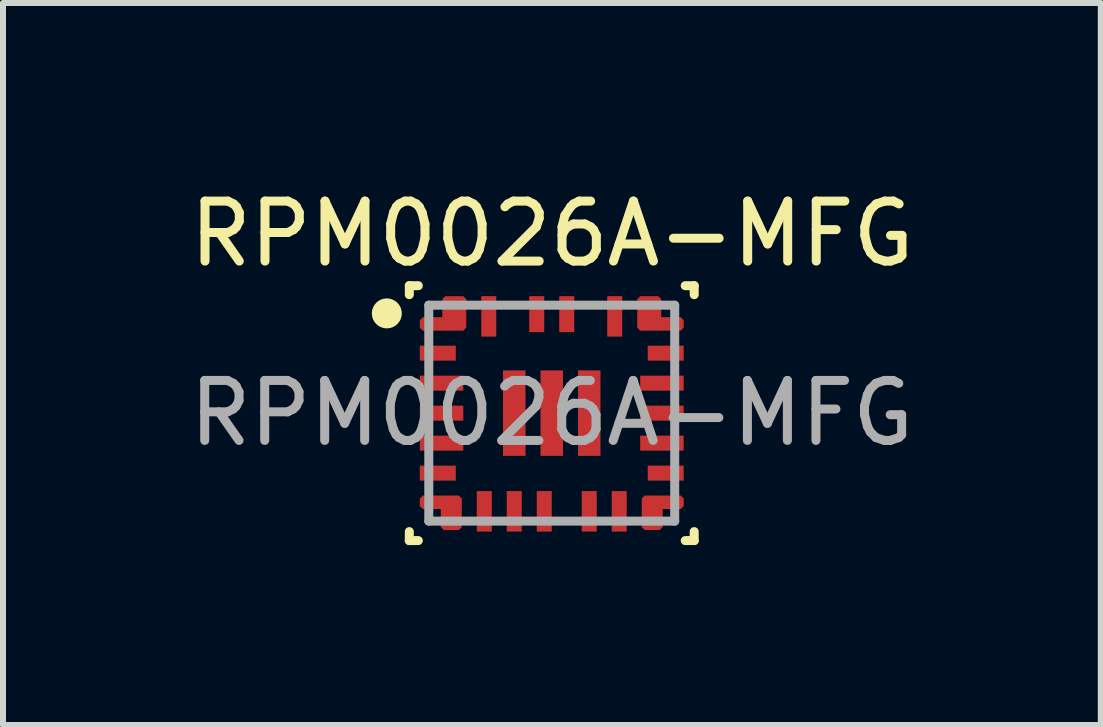
<source format=kicad_pcb>
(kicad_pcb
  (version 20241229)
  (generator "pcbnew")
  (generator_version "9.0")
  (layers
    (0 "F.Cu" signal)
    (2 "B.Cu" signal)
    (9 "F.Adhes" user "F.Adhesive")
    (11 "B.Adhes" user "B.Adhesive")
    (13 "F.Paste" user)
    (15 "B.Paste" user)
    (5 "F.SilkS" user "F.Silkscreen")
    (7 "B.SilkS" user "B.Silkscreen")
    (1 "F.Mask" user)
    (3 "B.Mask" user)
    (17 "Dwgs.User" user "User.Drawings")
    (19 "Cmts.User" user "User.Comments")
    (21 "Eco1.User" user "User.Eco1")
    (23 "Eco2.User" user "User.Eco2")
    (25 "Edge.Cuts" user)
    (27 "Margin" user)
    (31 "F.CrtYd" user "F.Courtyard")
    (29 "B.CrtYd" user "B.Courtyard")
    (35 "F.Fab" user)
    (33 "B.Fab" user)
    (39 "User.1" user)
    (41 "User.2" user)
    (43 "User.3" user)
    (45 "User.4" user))
  (footprint "RPM0026A-MFG"
    (layer "F.Cu")
    (at 6.149 3.838)
    (property "Reference" "RPM0026A-MFG" (at 0.005 -2.99 0) (unlocked yes) (layer "F.SilkS") (effects (font (size 1 1) (thickness 0.15))))
    (attr smd)
    (fp_poly (pts (xy 2.2 1.549) (xy 2.15 1.599) (xy 1.85 1.599) (xy 1.85 1.899) (xy 1.8 1.949) (xy 1.55 1.949) (xy 1.5 1.899) (xy 1.5 1.424) (xy 1.55 1.374) (xy 2.15 1.374) (xy 2.2 1.424)) (stroke (width 0) (type solid)) (fill yes) (layer "F.Mask"))
    (fp_poly (pts (xy 2.2 -1.425) (xy 2.2 -1.425) (xy 2.15 -1.375) (xy 1.475 -1.375) (xy 1.425 -1.425) (xy 1.425 -1.9) (xy 1.475 -1.95) (xy 1.775 -1.95) (xy 1.825 -1.9) (xy 1.825 -1.6) (xy 2.15 -1.6) (xy 2.2 -1.55)) (stroke (width 0) (type solid)) (fill yes) (layer "F.Mask"))
    (fp_line (start -2.375 -2.125) (end -2.225 -2.125) (stroke (width 0.15) (type solid)) (layer "F.SilkS"))
    (fp_line (start -2.375 -1.975) (end -2.375 -2.125) (stroke (width 0.15) (type solid)) (layer "F.SilkS"))
    (fp_line (start -2.375 2.125) (end -2.375 1.975) (stroke (width 0.15) (type solid)) (layer "F.SilkS"))
    (fp_line (start -2.375 2.125) (end -2.225 2.125) (stroke (width 0.15) (type solid)) (layer "F.SilkS"))
    (fp_line (start 2.225 -2.125) (end 2.375 -2.125) (stroke (width 0.15) (type solid)) (layer "F.SilkS"))
    (fp_line (start 2.225 2.125) (end 2.375 2.125) (stroke (width 0.15) (type solid)) (layer "F.SilkS"))
    (fp_line (start 2.375 -1.975) (end 2.375 -2.125) (stroke (width 0.15) (type solid)) (layer "F.SilkS"))
    (fp_line (start 2.375 2.125) (end 2.375 1.975) (stroke (width 0.15) (type solid)) (layer "F.SilkS"))
    (fp_circle (center -2.75 -1.663) (end -2.625 -1.663) (stroke (width 0.25) (type solid)) (fill no) (layer "F.SilkS"))
    (fp_line (start -2.05 -1.8) (end 2.05 -1.8) (stroke (width 0.15) (type solid)) (layer "F.Fab"))
    (fp_line (start -2.05 1.8) (end -2.05 -1.8) (stroke (width 0.15) (type solid)) (layer "F.Fab"))
    (fp_line (start -2.05 1.8) (end 2.05 1.8) (stroke (width 0.15) (type solid)) (layer "F.Fab"))
    (fp_line (start 2.05 1.8) (end 2.05 -1.8) (stroke (width 0.15) (type solid)) (layer "F.Fab"))
    (fp_text user "${REFERENCE}" (at 0 0 0) (unlocked yes) (layer "F.Fab") (effects (font (size 1 1) (thickness 0.15))))
    (pad "1" smd custom (at -1.615 -1.545) (size 0.25 0.25) (layers "F.Cu" "F.Mask" "F.Paste") (options (anchor rect)) (primitives (gr_poly (pts (xy -0.585 0.12) (xy -0.585 -0.005) (xy -0.535 -0.055) (xy -0.21 -0.055) (xy -0.21 -0.355) (xy -0.16 -0.405) (xy 0.14 -0.405) (xy 0.19 -0.355) (xy 0.19 0.12) (xy 0.14 0.17) (xy -0.535 0.17)) (width 0) (fill yes))))
    (pad "2" smd rect (at -1.9 -1 90) (size 0.25 0.6) (layers "F.Cu" "F.Mask" "F.Paste"))
    (pad "3" smd rect (at -1.837 -0.5) (size 0.725 0.25) (layers "F.Cu" "F.Mask" "F.Paste"))
    (pad "4" smd rect (at -1.837 0) (size 0.725 0.25) (layers "F.Cu" "F.Mask" "F.Paste"))
    (pad "5" smd rect (at -1.837 0.5) (size 0.725 0.25) (layers "F.Cu" "F.Mask" "F.Paste"))
    (pad "6" smd rect (at -1.9 1 90) (size 0.25 0.6) (layers "F.Cu" "F.Mask" "F.Paste"))
    (pad "7" smd custom (at -1.675 1.53) (size 0.25 0.25) (layers "F.Cu" "F.Mask" "F.Paste") (options (anchor rect)) (primitives (gr_poly (pts (xy -0.525 0.019) (xy -0.525 -0.106) (xy -0.475 -0.156) (xy 0.125 -0.156) (xy 0.175 -0.106) (xy 0.175 0.369) (xy 0.125 0.419) (xy -0.125 0.419) (xy -0.175 0.369) (xy -0.175 0.069) (xy -0.475 0.069)) (width 0) (fill yes))))
    (pad "8" smd rect (at -1.125 1.637) (size 0.25 0.675) (layers "F.Cu" "F.Mask" "F.Paste"))
    (pad "9" smd rect (at -0.625 1.637) (size 0.25 0.675) (layers "F.Cu" "F.Mask" "F.Paste"))
    (pad "10" smd rect (at -0.125 1.637) (size 0.25 0.675) (layers "F.Cu" "F.Mask" "F.Paste"))
    (pad "11" smd rect (at 0.625 1.637) (size 0.25 0.675) (layers "F.Cu" "F.Mask" "F.Paste"))
    (pad "12" smd rect (at 1.125 1.637) (size 0.25 0.675) (layers "F.Cu" "F.Mask" "F.Paste"))
    (pad "13" smd custom (at 1.66 1.535) (size 0.259 0.259) (layers "F.Cu" "F.Mask" "F.Paste") (options (anchor rect)) (primitives (gr_poly (pts (xy 0.54 0.014) (xy 0.54 -0.111) (xy 0.49 -0.161) (xy -0.11 -0.161) (xy -0.16 -0.111) (xy -0.16 0.364) (xy -0.11 0.414) (xy 0.14 0.414) (xy 0.19 0.364) (xy 0.19 0.064) (xy 0.49 0.064)) (width 0) (fill yes))))
    (pad "14" smd rect (at 1.9 1 90) (size 0.25 0.6) (layers "F.Cu" "F.Mask" "F.Paste"))
    (pad "15" smd rect (at 1.837 0.5) (size 0.725 0.25) (layers "F.Cu" "F.Mask" "F.Paste"))
    (pad "16" smd rect (at 1.837 0) (size 0.725 0.25) (layers "F.Cu" "F.Mask" "F.Paste"))
    (pad "17" smd rect (at 1.837 -0.5) (size 0.725 0.25) (layers "F.Cu" "F.Mask" "F.Paste"))
    (pad "18" smd rect (at 1.9 -1 90) (size 0.25 0.6) (layers "F.Cu" "F.Mask" "F.Paste"))
    (pad "19" smd custom (at 1.61 -1.56) (size 0.332 0.332) (layers "F.Cu" "F.Mask" "F.Paste") (options (anchor circle)) (primitives (gr_poly (pts (xy 0.59 0.135) (xy 0.59 0.01) (xy 0.54 -0.04) (xy 0.215 -0.04) (xy 0.215 -0.34) (xy 0.165 -0.39) (xy -0.135 -0.39) (xy -0.185 -0.34) (xy -0.185 0.135) (xy -0.135 0.185) (xy 0.54 0.185) (xy 0.59 0.135)) (width 0) (fill yes))))
    (pad "20" smd rect (at 1.05 -1.613) (size 0.25 0.675) (layers "F.Cu" "F.Mask" "F.Paste"))
    (pad "21" smd rect (at 0.25 -1.65) (size 0.25 0.6) (layers "F.Cu" "F.Mask" "F.Paste"))
    (pad "22" smd rect (at -0.25 -1.65) (size 0.25 0.6) (layers "F.Cu" "F.Mask" "F.Paste"))
    (pad "23" smd rect (at -1.05 -1.613) (size 0.25 0.675) (layers "F.Cu" "F.Mask" "F.Paste"))
    (pad "24" smd rect (at -0.625 0) (size 0.375 1.425) (layers "F.Cu" "F.Mask" "F.Paste"))
    (pad "25" smd rect (at 0 0) (size 0.375 1.425) (layers "F.Cu" "F.Mask" "F.Paste"))
    (pad "26" smd rect (at 0.625 0) (size 0.375 1.425) (layers "F.Cu" "F.Mask" "F.Paste")))
  (gr_rect
    (start -3 -3)
    (end 15.303 9.038)
    (stroke (width 0.1) (type default))
    (fill no)
    (layer "Edge.Cuts")))
</source>
